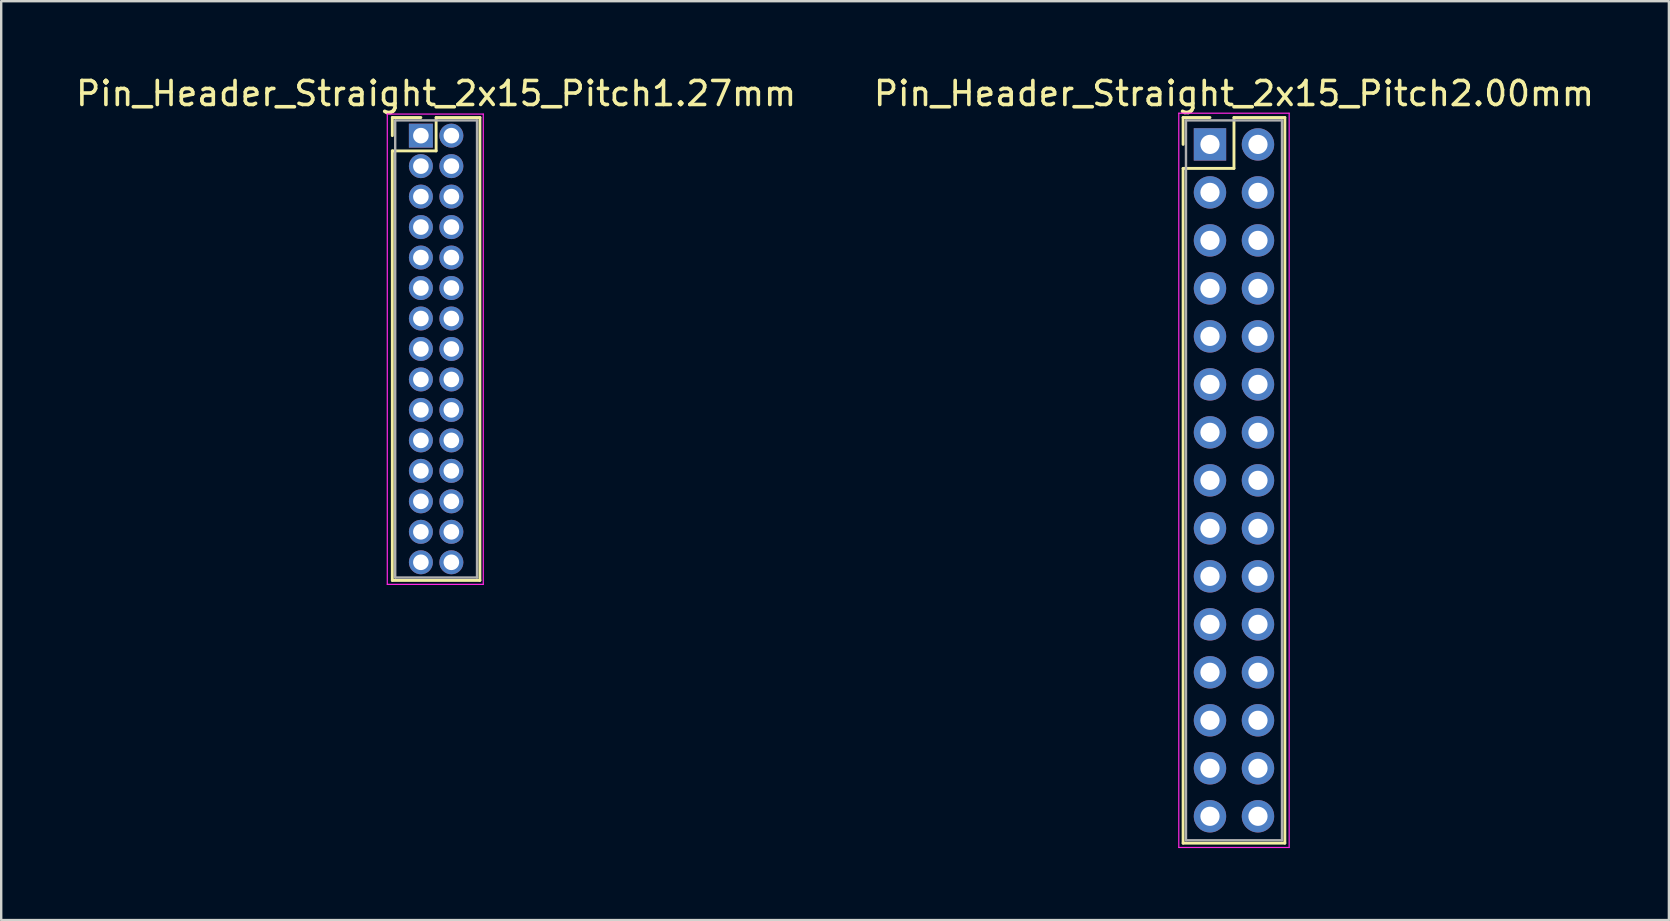
<source format=kicad_pcb>
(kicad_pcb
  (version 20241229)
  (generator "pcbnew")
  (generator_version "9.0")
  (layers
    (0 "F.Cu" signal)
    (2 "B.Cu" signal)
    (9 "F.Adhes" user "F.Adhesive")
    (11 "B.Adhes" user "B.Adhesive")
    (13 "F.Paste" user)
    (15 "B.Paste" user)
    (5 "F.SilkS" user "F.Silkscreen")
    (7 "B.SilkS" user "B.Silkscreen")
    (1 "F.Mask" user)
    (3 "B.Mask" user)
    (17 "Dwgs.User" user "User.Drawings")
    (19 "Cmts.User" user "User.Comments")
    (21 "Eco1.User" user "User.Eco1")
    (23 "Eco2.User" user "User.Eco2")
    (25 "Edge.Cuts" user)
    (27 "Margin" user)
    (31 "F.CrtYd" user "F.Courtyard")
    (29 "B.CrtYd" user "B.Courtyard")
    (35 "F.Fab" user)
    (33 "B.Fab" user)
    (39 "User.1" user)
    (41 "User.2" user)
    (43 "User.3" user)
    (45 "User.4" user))
  (footprint "Pin_Header_Straight_2x15_Pitch1.27mm"
    (layer "F.Cu")
    (at 14.49 2.603)
    (property "Reference" "Pin_Header_Straight_2x15_Pitch1.27mm" (at 0.635 -1.755 0) (layer "F.SilkS") (effects (font (size 1 1) (thickness 0.15))))
    (attr through_hole)
    (fp_line (start -1.19 -0.755) (end 0 -0.755) (stroke (width 0.12) (type solid)) (layer "F.SilkS"))
    (fp_line (start -1.19 0) (end -1.19 -0.755) (stroke (width 0.12) (type solid)) (layer "F.SilkS"))
    (fp_line (start -1.19 0.635) (end -1.19 18.535) (stroke (width 0.12) (type solid)) (layer "F.SilkS"))
    (fp_line (start -1.19 18.535) (end 2.46 18.535) (stroke (width 0.12) (type solid)) (layer "F.SilkS"))
    (fp_line (start 0.635 -0.755) (end 0.635 0.635) (stroke (width 0.12) (type solid)) (layer "F.SilkS"))
    (fp_line (start 0.635 0.635) (end -1.19 0.635) (stroke (width 0.12) (type solid)) (layer "F.SilkS"))
    (fp_line (start 2.46 -0.755) (end 0.635 -0.755) (stroke (width 0.12) (type solid)) (layer "F.SilkS"))
    (fp_line (start 2.46 18.535) (end 2.46 -0.755) (stroke (width 0.12) (type solid)) (layer "F.SilkS"))
    (fp_line (start -1.4 -0.9) (end -1.4 18.7) (stroke (width 0.05) (type solid)) (layer "F.CrtYd"))
    (fp_line (start -1.4 18.7) (end 2.6 18.7) (stroke (width 0.05) (type solid)) (layer "F.CrtYd"))
    (fp_line (start 2.6 -0.9) (end -1.4 -0.9) (stroke (width 0.05) (type solid)) (layer "F.CrtYd"))
    (fp_line (start 2.6 18.7) (end 2.6 -0.9) (stroke (width 0.05) (type solid)) (layer "F.CrtYd"))
    (fp_line (start -1.07 -0.635) (end -1.07 18.415) (stroke (width 0.1) (type solid)) (layer "F.Fab"))
    (fp_line (start -1.07 18.415) (end 2.34 18.415) (stroke (width 0.1) (type solid)) (layer "F.Fab"))
    (fp_line (start 2.34 -0.635) (end -1.07 -0.635) (stroke (width 0.1) (type solid)) (layer "F.Fab"))
    (fp_line (start 2.34 18.415) (end 2.34 -0.635) (stroke (width 0.1) (type solid)) (layer "F.Fab"))
    (pad "1" thru_hole rect (at 0 0) (size 1 1) (drill 0.65) (layers "*.Cu" "*.Mask"))
    (pad "2" thru_hole oval (at 1.27 0) (size 1 1) (drill 0.65) (layers "*.Cu" "*.Mask"))
    (pad "3" thru_hole oval (at 0 1.27) (size 1 1) (drill 0.65) (layers "*.Cu" "*.Mask"))
    (pad "4" thru_hole oval (at 1.27 1.27) (size 1 1) (drill 0.65) (layers "*.Cu" "*.Mask"))
    (pad "5" thru_hole oval (at 0 2.54) (size 1 1) (drill 0.65) (layers "*.Cu" "*.Mask"))
    (pad "6" thru_hole oval (at 1.27 2.54) (size 1 1) (drill 0.65) (layers "*.Cu" "*.Mask"))
    (pad "7" thru_hole oval (at 0 3.81) (size 1 1) (drill 0.65) (layers "*.Cu" "*.Mask"))
    (pad "8" thru_hole oval (at 1.27 3.81) (size 1 1) (drill 0.65) (layers "*.Cu" "*.Mask"))
    (pad "9" thru_hole oval (at 0 5.08) (size 1 1) (drill 0.65) (layers "*.Cu" "*.Mask"))
    (pad "10" thru_hole oval (at 1.27 5.08) (size 1 1) (drill 0.65) (layers "*.Cu" "*.Mask"))
    (pad "11" thru_hole oval (at 0 6.35) (size 1 1) (drill 0.65) (layers "*.Cu" "*.Mask"))
    (pad "12" thru_hole oval (at 1.27 6.35) (size 1 1) (drill 0.65) (layers "*.Cu" "*.Mask"))
    (pad "13" thru_hole oval (at 0 7.62) (size 1 1) (drill 0.65) (layers "*.Cu" "*.Mask"))
    (pad "14" thru_hole oval (at 1.27 7.62) (size 1 1) (drill 0.65) (layers "*.Cu" "*.Mask"))
    (pad "15" thru_hole oval (at 0 8.89) (size 1 1) (drill 0.65) (layers "*.Cu" "*.Mask"))
    (pad "16" thru_hole oval (at 1.27 8.89) (size 1 1) (drill 0.65) (layers "*.Cu" "*.Mask"))
    (pad "17" thru_hole oval (at 0 10.16) (size 1 1) (drill 0.65) (layers "*.Cu" "*.Mask"))
    (pad "18" thru_hole oval (at 1.27 10.16) (size 1 1) (drill 0.65) (layers "*.Cu" "*.Mask"))
    (pad "19" thru_hole oval (at 0 11.43) (size 1 1) (drill 0.65) (layers "*.Cu" "*.Mask"))
    (pad "20" thru_hole oval (at 1.27 11.43) (size 1 1) (drill 0.65) (layers "*.Cu" "*.Mask"))
    (pad "21" thru_hole oval (at 0 12.7) (size 1 1) (drill 0.65) (layers "*.Cu" "*.Mask"))
    (pad "22" thru_hole oval (at 1.27 12.7) (size 1 1) (drill 0.65) (layers "*.Cu" "*.Mask"))
    (pad "23" thru_hole oval (at 0 13.97) (size 1 1) (drill 0.65) (layers "*.Cu" "*.Mask"))
    (pad "24" thru_hole oval (at 1.27 13.97) (size 1 1) (drill 0.65) (layers "*.Cu" "*.Mask"))
    (pad "25" thru_hole oval (at 0 15.24) (size 1 1) (drill 0.65) (layers "*.Cu" "*.Mask"))
    (pad "26" thru_hole oval (at 1.27 15.24) (size 1 1) (drill 0.65) (layers "*.Cu" "*.Mask"))
    (pad "27" thru_hole oval (at 0 16.51) (size 1 1) (drill 0.65) (layers "*.Cu" "*.Mask"))
    (pad "28" thru_hole oval (at 1.27 16.51) (size 1 1) (drill 0.65) (layers "*.Cu" "*.Mask"))
    (pad "29" thru_hole oval (at 0 17.78) (size 1 1) (drill 0.65) (layers "*.Cu" "*.Mask"))
    (pad "30" thru_hole oval (at 1.27 17.78) (size 1 1) (drill 0.65) (layers "*.Cu" "*.Mask")))
  (footprint "Pin_Header_Straight_2x15_Pitch2.00mm"
    (layer "F.Cu")
    (at 47.375 2.968)
    (property "Reference" "Pin_Header_Straight_2x15_Pitch2.00mm" (at 1 -2.12 0) (layer "F.SilkS") (effects (font (size 1 1) (thickness 0.15))))
    (attr through_hole)
    (fp_line (start -1.12 -1.12) (end 0 -1.12) (stroke (width 0.12) (type solid)) (layer "F.SilkS"))
    (fp_line (start -1.12 0) (end -1.12 -1.12) (stroke (width 0.12) (type solid)) (layer "F.SilkS"))
    (fp_line (start -1.12 1) (end -1.12 29.12) (stroke (width 0.12) (type solid)) (layer "F.SilkS"))
    (fp_line (start -1.12 29.12) (end 3.12 29.12) (stroke (width 0.12) (type solid)) (layer "F.SilkS"))
    (fp_line (start 1 -1.12) (end 1 1) (stroke (width 0.12) (type solid)) (layer "F.SilkS"))
    (fp_line (start 1 1) (end -1.12 1) (stroke (width 0.12) (type solid)) (layer "F.SilkS"))
    (fp_line (start 3.12 -1.12) (end 1 -1.12) (stroke (width 0.12) (type solid)) (layer "F.SilkS"))
    (fp_line (start 3.12 29.12) (end 3.12 -1.12) (stroke (width 0.12) (type solid)) (layer "F.SilkS"))
    (fp_line (start -1.3 -1.3) (end -1.3 29.3) (stroke (width 0.05) (type solid)) (layer "F.CrtYd"))
    (fp_line (start -1.3 29.3) (end 3.3 29.3) (stroke (width 0.05) (type solid)) (layer "F.CrtYd"))
    (fp_line (start 3.3 -1.3) (end -1.3 -1.3) (stroke (width 0.05) (type solid)) (layer "F.CrtYd"))
    (fp_line (start 3.3 29.3) (end 3.3 -1.3) (stroke (width 0.05) (type solid)) (layer "F.CrtYd"))
    (fp_line (start -1 -1) (end -1 29) (stroke (width 0.1) (type solid)) (layer "F.Fab"))
    (fp_line (start -1 29) (end 3 29) (stroke (width 0.1) (type solid)) (layer "F.Fab"))
    (fp_line (start 3 -1) (end -1 -1) (stroke (width 0.1) (type solid)) (layer "F.Fab"))
    (fp_line (start 3 29) (end 3 -1) (stroke (width 0.1) (type solid)) (layer "F.Fab"))
    (pad "1" thru_hole rect (at 0 0) (size 1.35 1.35) (drill 0.8) (layers "*.Cu" "*.Mask"))
    (pad "2" thru_hole oval (at 2 0) (size 1.35 1.35) (drill 0.8) (layers "*.Cu" "*.Mask"))
    (pad "3" thru_hole oval (at 0 2) (size 1.35 1.35) (drill 0.8) (layers "*.Cu" "*.Mask"))
    (pad "4" thru_hole oval (at 2 2) (size 1.35 1.35) (drill 0.8) (layers "*.Cu" "*.Mask"))
    (pad "5" thru_hole oval (at 0 4) (size 1.35 1.35) (drill 0.8) (layers "*.Cu" "*.Mask"))
    (pad "6" thru_hole oval (at 2 4) (size 1.35 1.35) (drill 0.8) (layers "*.Cu" "*.Mask"))
    (pad "7" thru_hole oval (at 0 6) (size 1.35 1.35) (drill 0.8) (layers "*.Cu" "*.Mask"))
    (pad "8" thru_hole oval (at 2 6) (size 1.35 1.35) (drill 0.8) (layers "*.Cu" "*.Mask"))
    (pad "9" thru_hole oval (at 0 8) (size 1.35 1.35) (drill 0.8) (layers "*.Cu" "*.Mask"))
    (pad "10" thru_hole oval (at 2 8) (size 1.35 1.35) (drill 0.8) (layers "*.Cu" "*.Mask"))
    (pad "11" thru_hole oval (at 0 10) (size 1.35 1.35) (drill 0.8) (layers "*.Cu" "*.Mask"))
    (pad "12" thru_hole oval (at 2 10) (size 1.35 1.35) (drill 0.8) (layers "*.Cu" "*.Mask"))
    (pad "13" thru_hole oval (at 0 12) (size 1.35 1.35) (drill 0.8) (layers "*.Cu" "*.Mask"))
    (pad "14" thru_hole oval (at 2 12) (size 1.35 1.35) (drill 0.8) (layers "*.Cu" "*.Mask"))
    (pad "15" thru_hole oval (at 0 14) (size 1.35 1.35) (drill 0.8) (layers "*.Cu" "*.Mask"))
    (pad "16" thru_hole oval (at 2 14) (size 1.35 1.35) (drill 0.8) (layers "*.Cu" "*.Mask"))
    (pad "17" thru_hole oval (at 0 16) (size 1.35 1.35) (drill 0.8) (layers "*.Cu" "*.Mask"))
    (pad "18" thru_hole oval (at 2 16) (size 1.35 1.35) (drill 0.8) (layers "*.Cu" "*.Mask"))
    (pad "19" thru_hole oval (at 0 18) (size 1.35 1.35) (drill 0.8) (layers "*.Cu" "*.Mask"))
    (pad "20" thru_hole oval (at 2 18) (size 1.35 1.35) (drill 0.8) (layers "*.Cu" "*.Mask"))
    (pad "21" thru_hole oval (at 0 20) (size 1.35 1.35) (drill 0.8) (layers "*.Cu" "*.Mask"))
    (pad "22" thru_hole oval (at 2 20) (size 1.35 1.35) (drill 0.8) (layers "*.Cu" "*.Mask"))
    (pad "23" thru_hole oval (at 0 22) (size 1.35 1.35) (drill 0.8) (layers "*.Cu" "*.Mask"))
    (pad "24" thru_hole oval (at 2 22) (size 1.35 1.35) (drill 0.8) (layers "*.Cu" "*.Mask"))
    (pad "25" thru_hole oval (at 0 24) (size 1.35 1.35) (drill 0.8) (layers "*.Cu" "*.Mask"))
    (pad "26" thru_hole oval (at 2 24) (size 1.35 1.35) (drill 0.8) (layers "*.Cu" "*.Mask"))
    (pad "27" thru_hole oval (at 0 26) (size 1.35 1.35) (drill 0.8) (layers "*.Cu" "*.Mask"))
    (pad "28" thru_hole oval (at 2 26) (size 1.35 1.35) (drill 0.8) (layers "*.Cu" "*.Mask"))
    (pad "29" thru_hole oval (at 0 28) (size 1.35 1.35) (drill 0.8) (layers "*.Cu" "*.Mask"))
    (pad "30" thru_hole oval (at 2 28) (size 1.35 1.35) (drill 0.8) (layers "*.Cu" "*.Mask")))
  (gr_rect
    (start -3 -3)
    (end 66.5 35.293)
    (stroke (width 0.1) (type default))
    (fill no)
    (layer "Edge.Cuts")))
</source>
